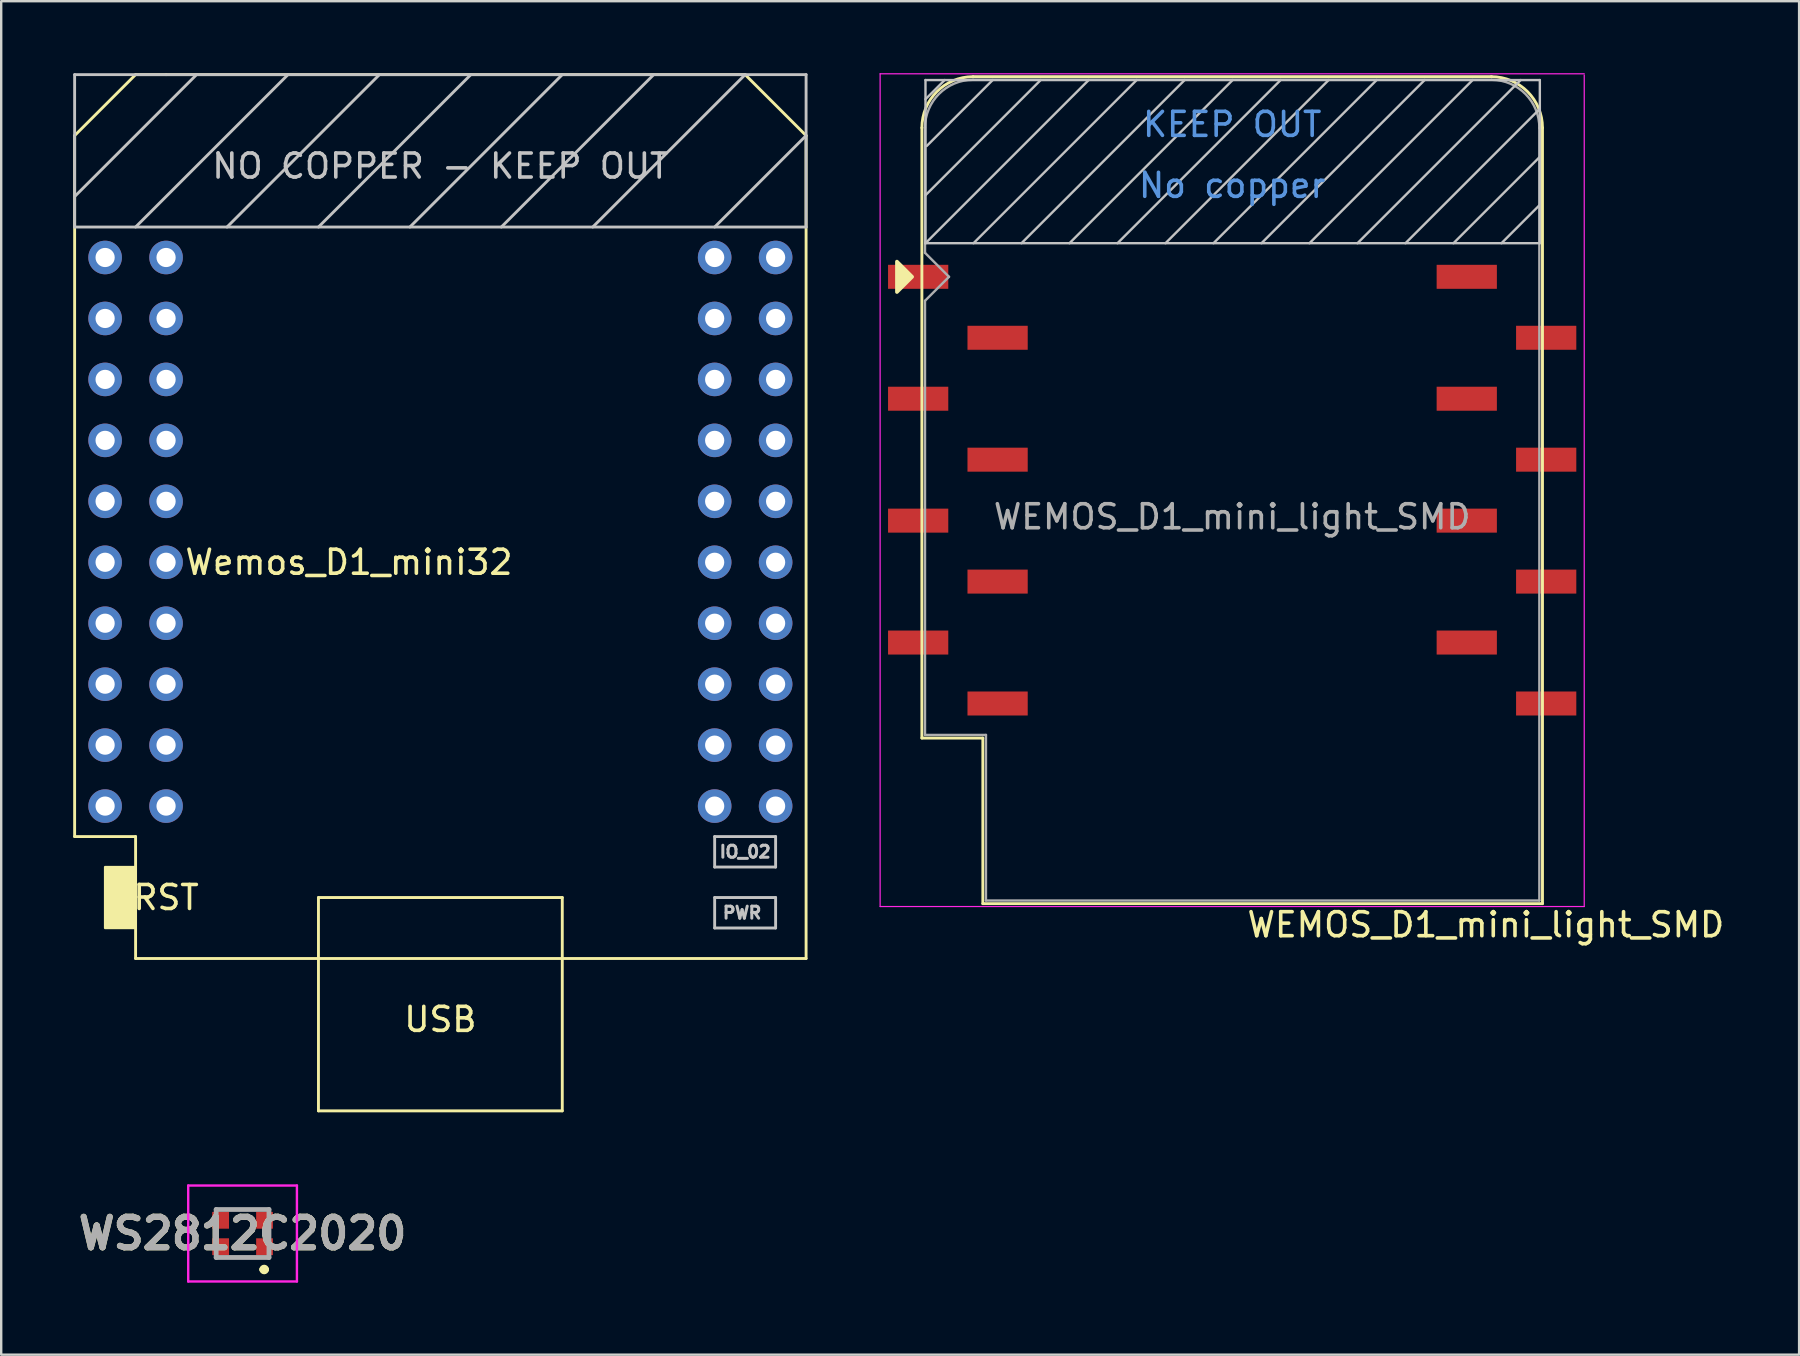
<source format=kicad_pcb>
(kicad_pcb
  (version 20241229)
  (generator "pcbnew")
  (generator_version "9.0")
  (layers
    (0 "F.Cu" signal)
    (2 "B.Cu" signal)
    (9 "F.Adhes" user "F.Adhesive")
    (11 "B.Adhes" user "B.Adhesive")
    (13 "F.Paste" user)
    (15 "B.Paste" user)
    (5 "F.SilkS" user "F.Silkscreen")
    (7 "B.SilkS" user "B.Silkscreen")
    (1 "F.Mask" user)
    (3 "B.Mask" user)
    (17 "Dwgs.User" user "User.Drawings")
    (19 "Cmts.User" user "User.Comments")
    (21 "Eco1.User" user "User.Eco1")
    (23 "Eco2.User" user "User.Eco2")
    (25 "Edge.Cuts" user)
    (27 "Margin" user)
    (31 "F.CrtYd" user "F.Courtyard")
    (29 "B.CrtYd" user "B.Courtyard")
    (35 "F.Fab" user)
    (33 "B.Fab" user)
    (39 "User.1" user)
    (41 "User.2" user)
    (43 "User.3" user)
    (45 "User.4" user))
  (footprint "WEMOS_D1_mini_light_SMD"
    (layer "F.Cu")
    (at 36.865 8.485)
    (property "Reference" "WEMOS_D1_mini_light_SMD" (at 22 27 0) (layer "F.SilkS") (effects (font (size 1 1) (thickness 0.15))))
    (attr through_hole)
    (fp_line (start -1.5 19.22) (end -1.5 -6.21) (stroke (width 0.12) (type solid)) (layer "F.SilkS"))
    (fp_line (start -1.5 19.22) (end 1.04 19.22) (stroke (width 0.12) (type solid)) (layer "F.SilkS"))
    (fp_line (start 1.04 19.22) (end 1.04 26.12) (stroke (width 0.12) (type solid)) (layer "F.SilkS"))
    (fp_line (start 1.04 26.12) (end 24.36 26.12) (stroke (width 0.12) (type solid)) (layer "F.SilkS"))
    (fp_line (start 22.24 -8.34) (end 0.63 -8.34) (stroke (width 0.12) (type solid)) (layer "F.SilkS"))
    (fp_line (start 24.36 26.12) (end 24.36 -6.21) (stroke (width 0.12) (type solid)) (layer "F.SilkS"))
    (fp_arc (start -1.5 -6.21) (mid -0.876137 -7.716137) (end 0.63 -8.34) (stroke (width 0.12) (type solid)) (layer "F.SilkS"))
    (fp_arc (start 22.23 -8.34) (mid 23.736137 -7.716137) (end 24.36 -6.21) (stroke (width 0.12) (type solid)) (layer "F.SilkS"))
    (fp_poly (pts (xy -2.54 -0.635) (xy -2.54 0.635) (xy -1.905 0)) (stroke (width 0.15) (type solid)) (fill yes) (layer "F.SilkS"))
    (fp_line (start -1.35 -8.2) (end -1.35 -1.4) (stroke (width 0.1) (type solid)) (layer "Dwgs.User"))
    (fp_line (start -1.35 -7.4) (end -0.55 -8.2) (stroke (width 0.1) (type solid)) (layer "Dwgs.User"))
    (fp_line (start -1.35 -3.4) (end 3.45 -8.2) (stroke (width 0.1) (type solid)) (layer "Dwgs.User"))
    (fp_line (start -1.35 -1.4) (end 5.45 -8.2) (stroke (width 0.1) (type solid)) (layer "Dwgs.User"))
    (fp_line (start -1.35 -1.4) (end 24.25 -1.4) (stroke (width 0.1) (type solid)) (layer "Dwgs.User"))
    (fp_line (start -1.3 -5.45) (end 1.45 -8.2) (stroke (width 0.1) (type solid)) (layer "Dwgs.User"))
    (fp_line (start 0.65 -1.4) (end 7.45 -8.2) (stroke (width 0.1) (type solid)) (layer "Dwgs.User"))
    (fp_line (start 2.65 -1.4) (end 9.45 -8.2) (stroke (width 0.1) (type solid)) (layer "Dwgs.User"))
    (fp_line (start 4.65 -1.4) (end 11.45 -8.2) (stroke (width 0.1) (type solid)) (layer "Dwgs.User"))
    (fp_line (start 6.65 -1.4) (end 13.45 -8.2) (stroke (width 0.1) (type solid)) (layer "Dwgs.User"))
    (fp_line (start 8.65 -1.4) (end 15.45 -8.2) (stroke (width 0.1) (type solid)) (layer "Dwgs.User"))
    (fp_line (start 10.65 -1.4) (end 17.45 -8.2) (stroke (width 0.1) (type solid)) (layer "Dwgs.User"))
    (fp_line (start 12.65 -1.4) (end 19.45 -8.2) (stroke (width 0.1) (type solid)) (layer "Dwgs.User"))
    (fp_line (start 14.65 -1.4) (end 21.45 -8.2) (stroke (width 0.1) (type solid)) (layer "Dwgs.User"))
    (fp_line (start 16.65 -1.4) (end 23.45 -8.2) (stroke (width 0.1) (type solid)) (layer "Dwgs.User"))
    (fp_line (start 18.65 -1.4) (end 24.25 -7) (stroke (width 0.1) (type solid)) (layer "Dwgs.User"))
    (fp_line (start 20.65 -1.4) (end 24.25 -5) (stroke (width 0.1) (type solid)) (layer "Dwgs.User"))
    (fp_line (start 22.65 -1.4) (end 24.25 -3) (stroke (width 0.1) (type solid)) (layer "Dwgs.User"))
    (fp_line (start 24.25 -8.2) (end -1.35 -8.2) (stroke (width 0.1) (type solid)) (layer "Dwgs.User"))
    (fp_line (start 24.25 -1.4) (end 24.25 -8.2) (stroke (width 0.1) (type solid)) (layer "Dwgs.User"))
    (fp_line (start -3.24 -8.46) (end 26.1 -8.46) (stroke (width 0.05) (type solid)) (layer "F.CrtYd"))
    (fp_line (start -3.24 26.24) (end -3.24 -8.46) (stroke (width 0.05) (type solid)) (layer "F.CrtYd"))
    (fp_line (start 26.1 -8.41) (end 26.1 26.24) (stroke (width 0.05) (type solid)) (layer "F.CrtYd"))
    (fp_line (start 26.1 26.24) (end -3.24 26.24) (stroke (width 0.05) (type solid)) (layer "F.CrtYd"))
    (fp_line (start -1.37 -6.21) (end -1.37 -1) (stroke (width 0.1) (type solid)) (layer "F.Fab"))
    (fp_line (start -1.37 1) (end -1.37 19.09) (stroke (width 0.1) (type solid)) (layer "F.Fab"))
    (fp_line (start -1.37 1) (end -0.37 0) (stroke (width 0.1) (type solid)) (layer "F.Fab"))
    (fp_line (start -1.37 19.09) (end 1.17 19.09) (stroke (width 0.1) (type solid)) (layer "F.Fab"))
    (fp_line (start -0.37 0) (end -1.37 -1) (stroke (width 0.1) (type solid)) (layer "F.Fab"))
    (fp_line (start 1.17 19.09) (end 1.17 25.99) (stroke (width 0.1) (type solid)) (layer "F.Fab"))
    (fp_line (start 1.17 25.99) (end 24.23 25.99) (stroke (width 0.1) (type solid)) (layer "F.Fab"))
    (fp_line (start 22.23 -8.21) (end 0.63 -8.21) (stroke (width 0.1) (type solid)) (layer "F.Fab"))
    (fp_line (start 24.23 25.99) (end 24.23 -6.21) (stroke (width 0.1) (type solid)) (layer "F.Fab"))
    (fp_arc (start -1.37 -6.21) (mid -0.784214 -7.624214) (end 0.63 -8.21) (stroke (width 0.1) (type solid)) (layer "F.Fab"))
    (fp_arc (start 22.25 -8.21) (mid 23.658356 -7.610071) (end 24.23 -6.19) (stroke (width 0.1) (type solid)) (layer "F.Fab"))
    (fp_text user "No copper" (at 11.43 -3.81 0) (layer "Cmts.User") (effects (font (size 1 1) (thickness 0.15))))
    (fp_text user "KEEP OUT" (at 11.43 -6.35 0) (layer "Cmts.User") (effects (font (size 1 1) (thickness 0.15))))
    (fp_text user "${REFERENCE}" (at 11.43 10 0) (layer "F.Fab") (effects (font (size 1 1) (thickness 0.15))))
    (pad "1" smd rect (at -1.655 0) (size 2.51 1) (layers "F.Cu" "F.Mask" "F.Paste"))
    (pad "2" smd rect (at 1.655 2.54) (size 2.51 1) (layers "F.Cu" "F.Mask" "F.Paste"))
    (pad "3" smd rect (at -1.655 5.08) (size 2.51 1) (layers "F.Cu" "F.Mask" "F.Paste"))
    (pad "4" smd rect (at 1.655 7.62) (size 2.51 1) (layers "F.Cu" "F.Mask" "F.Paste"))
    (pad "5" smd rect (at -1.655 10.16) (size 2.51 1) (layers "F.Cu" "F.Mask" "F.Paste"))
    (pad "6" smd rect (at 1.655 12.7) (size 2.51 1) (layers "F.Cu" "F.Mask" "F.Paste"))
    (pad "7" smd rect (at -1.655 15.24) (size 2.51 1) (layers "F.Cu" "F.Mask" "F.Paste"))
    (pad "8" smd rect (at 1.655 17.78) (size 2.51 1) (layers "F.Cu" "F.Mask" "F.Paste"))
    (pad "9" smd rect (at 21.205 0) (size 2.51 1) (layers "F.Cu" "F.Mask" "F.Paste"))
    (pad "10" smd rect (at 24.515 2.54) (size 2.51 1) (layers "F.Cu" "F.Mask" "F.Paste"))
    (pad "11" smd rect (at 21.205 5.08) (size 2.51 1) (layers "F.Cu" "F.Mask" "F.Paste"))
    (pad "12" smd rect (at 24.515 7.62) (size 2.51 1) (layers "F.Cu" "F.Mask" "F.Paste"))
    (pad "13" smd rect (at 21.205 10.16) (size 2.51 1) (layers "F.Cu" "F.Mask" "F.Paste"))
    (pad "14" smd rect (at 24.515 12.7) (size 2.51 1) (layers "F.Cu" "F.Mask" "F.Paste"))
    (pad "15" smd rect (at 21.205 15.24) (size 2.51 1) (layers "F.Cu" "F.Mask" "F.Paste"))
    (pad "16" smd rect (at 24.515 17.78) (size 2.51 1) (layers "F.Cu" "F.Mask" "F.Paste")))
  (footprint "WS2812C2020"
    (layer "F.Cu")
    (at 7.058 48.35)
    (property "Reference" "WS2812C2020" (at 0 0 0) (layer "F.SilkS") (effects (font (size 1.27 1.27) (thickness 0.254))))
    (attr smd)
    (fp_line (start -0.4 -1) (end 0.4 -1) (stroke (width 0.1) (type solid)) (layer "F.SilkS"))
    (fp_line (start -0.4 1) (end 0.4 1) (stroke (width 0.1) (type solid)) (layer "F.SilkS"))
    (fp_line (start 0.8 1.5) (end 0.8 1.5) (stroke (width 0.2) (type solid)) (layer "F.SilkS"))
    (fp_line (start 1 1.5) (end 1 1.5) (stroke (width 0.2) (type solid)) (layer "F.SilkS"))
    (fp_arc (start 0.8 1.5) (mid 0.9 1.4) (end 1 1.5) (stroke (width 0.2) (type solid)) (layer "F.SilkS"))
    (fp_arc (start 1 1.5) (mid 0.9 1.6) (end 0.8 1.5) (stroke (width 0.2) (type solid)) (layer "F.SilkS"))
    (fp_line (start -2.265 -2) (end 2.265 -2) (stroke (width 0.1) (type solid)) (layer "F.CrtYd"))
    (fp_line (start -2.265 2) (end -2.265 -2) (stroke (width 0.1) (type solid)) (layer "F.CrtYd"))
    (fp_line (start 2.265 -2) (end 2.265 2) (stroke (width 0.1) (type solid)) (layer "F.CrtYd"))
    (fp_line (start 2.265 2) (end -2.265 2) (stroke (width 0.1) (type solid)) (layer "F.CrtYd"))
    (fp_line (start -1.1 -1) (end 1.1 -1) (stroke (width 0.2) (type solid)) (layer "F.Fab"))
    (fp_line (start -1.1 1) (end -1.1 -1) (stroke (width 0.2) (type solid)) (layer "F.Fab"))
    (fp_line (start 1.1 -1) (end 1.1 1) (stroke (width 0.2) (type solid)) (layer "F.Fab"))
    (fp_line (start 1.1 1) (end -1.1 1) (stroke (width 0.2) (type solid)) (layer "F.Fab"))
    (fp_text user "${REFERENCE}" (at 0 0 0) (layer "F.Fab") (effects (font (size 1.27 1.27) (thickness 0.254))))
    (pad "1" smd rect (at 0.915 0.55 90) (size 0.7 0.7) (layers "F.Cu" "F.Mask" "F.Paste"))
    (pad "2" smd rect (at 0.915 -0.55 90) (size 0.7 0.7) (layers "F.Cu" "F.Mask" "F.Paste"))
    (pad "3" smd rect (at -0.915 -0.55 90) (size 0.7 0.7) (layers "F.Cu" "F.Mask" "F.Paste"))
    (pad "4" smd rect (at -0.915 0.55 90) (size 0.7 0.7) (layers "F.Cu" "F.Mask" "F.Paste")))
  (footprint "Wemos_D1_mini32"
    (layer "F.Cu")
    (at 15.3 19.11)
    (property "Reference" "Wemos_D1_mini32" (at -3.81 1.27 0) (layer "F.SilkS") (effects (font (size 1 1) (thickness 0.15))))
    (attr through_hole)
    (fp_line (start -15.24 -16.51) (end -15.24 12.7) (stroke (width 0.12) (type solid)) (layer "F.SilkS"))
    (fp_line (start -15.24 12.7) (end -12.7 12.7) (stroke (width 0.12) (type solid)) (layer "F.SilkS"))
    (fp_line (start -12.7 -19.05) (end -15.24 -16.51) (stroke (width 0.12) (type solid)) (layer "F.SilkS"))
    (fp_line (start -12.7 -19.05) (end -11.43 -19.05) (stroke (width 0.12) (type solid)) (layer "F.SilkS"))
    (fp_line (start -12.7 12.7) (end -12.7 17.78) (stroke (width 0.12) (type solid)) (layer "F.SilkS"))
    (fp_line (start -12.7 17.78) (end 15.24 17.78) (stroke (width 0.12) (type solid)) (layer "F.SilkS"))
    (fp_line (start -5.08 15.24) (end 5.08 15.24) (stroke (width 0.12) (type solid)) (layer "F.SilkS"))
    (fp_line (start -5.08 17.78) (end -5.08 15.24) (stroke (width 0.12) (type solid)) (layer "F.SilkS"))
    (fp_line (start -5.08 17.78) (end -5.08 24.13) (stroke (width 0.12) (type solid)) (layer "F.SilkS"))
    (fp_line (start -5.08 24.13) (end 5.08 24.13) (stroke (width 0.12) (type solid)) (layer "F.SilkS"))
    (fp_line (start 5.08 15.24) (end 5.08 17.78) (stroke (width 0.12) (type solid)) (layer "F.SilkS"))
    (fp_line (start 5.08 24.13) (end 5.08 17.78) (stroke (width 0.12) (type solid)) (layer "F.SilkS"))
    (fp_line (start 12.7 -19.05) (end -11.43 -19.05) (stroke (width 0.12) (type solid)) (layer "F.SilkS"))
    (fp_line (start 12.7 -19.05) (end 15.24 -16.51) (stroke (width 0.12) (type solid)) (layer "F.SilkS"))
    (fp_line (start 15.24 -16.51) (end 15.24 17.78) (stroke (width 0.12) (type solid)) (layer "F.SilkS"))
    (fp_poly (pts (xy -13.97 16.51) (xy -13.97 13.97) (xy -12.7 13.97) (xy -12.7 16.51)) (stroke (width 0.1) (type solid)) (fill yes) (layer "F.SilkS"))
    (fp_line (start -15.24 -19.05) (end -15.24 -12.7) (stroke (width 0.12) (type solid)) (layer "Dwgs.User"))
    (fp_line (start -15.24 -12.7) (end 15.24 -12.7) (stroke (width 0.12) (type solid)) (layer "Dwgs.User"))
    (fp_line (start -10.16 -19.05) (end -15.24 -13.97) (stroke (width 0.12) (type solid)) (layer "Dwgs.User"))
    (fp_line (start -6.35 -19.05) (end -12.7 -12.7) (stroke (width 0.12) (type solid)) (layer "Dwgs.User"))
    (fp_line (start -2.54 -19.05) (end -8.89 -12.7) (stroke (width 0.12) (type solid)) (layer "Dwgs.User"))
    (fp_line (start 1.27 -19.05) (end -5.08 -12.7) (stroke (width 0.12) (type solid)) (layer "Dwgs.User"))
    (fp_line (start 5.08 -19.05) (end -1.27 -12.7) (stroke (width 0.12) (type solid)) (layer "Dwgs.User"))
    (fp_line (start 8.89 -19.05) (end 2.54 -12.7) (stroke (width 0.12) (type solid)) (layer "Dwgs.User"))
    (fp_line (start 11.43 12.7) (end 11.43 13.97) (stroke (width 0.12) (type solid)) (layer "Dwgs.User"))
    (fp_line (start 11.43 13.97) (end 13.97 13.97) (stroke (width 0.12) (type solid)) (layer "Dwgs.User"))
    (fp_line (start 11.43 15.24) (end 13.97 15.24) (stroke (width 0.12) (type solid)) (layer "Dwgs.User"))
    (fp_line (start 11.43 16.51) (end 11.43 15.24) (stroke (width 0.12) (type solid)) (layer "Dwgs.User"))
    (fp_line (start 12.7 -19.05) (end 6.35 -12.7) (stroke (width 0.12) (type solid)) (layer "Dwgs.User"))
    (fp_line (start 13.97 12.7) (end 11.43 12.7) (stroke (width 0.12) (type solid)) (layer "Dwgs.User"))
    (fp_line (start 13.97 13.97) (end 13.97 12.7) (stroke (width 0.12) (type solid)) (layer "Dwgs.User"))
    (fp_line (start 13.97 15.24) (end 13.97 16.51) (stroke (width 0.12) (type solid)) (layer "Dwgs.User"))
    (fp_line (start 13.97 16.51) (end 11.43 16.51) (stroke (width 0.12) (type solid)) (layer "Dwgs.User"))
    (fp_line (start 15.24 -19.05) (end -15.24 -19.05) (stroke (width 0.12) (type solid)) (layer "Dwgs.User"))
    (fp_line (start 15.24 -16.51) (end 11.43 -12.7) (stroke (width 0.12) (type solid)) (layer "Dwgs.User"))
    (fp_line (start 15.24 -12.7) (end 15.24 -19.05) (stroke (width 0.12) (type solid)) (layer "Dwgs.User"))
    (fp_text user "RST" (at -11.43 15.24 0) (layer "F.SilkS") (effects (font (size 1 1) (thickness 0.15))))
    (fp_text user "USB" (at 0 20.32 0) (layer "F.SilkS") (effects (font (size 1 1) (thickness 0.15))))
    (fp_text user "NO COPPER - KEEP OUT" (at 0 -15.24 0) (layer "Dwgs.User") (effects (font (size 1 1) (thickness 0.15))))
    (fp_text user "IO_02" (at 12.7 13.335 0) (layer "Dwgs.User") (effects (font (size 0.5 0.5) (thickness 0.125))))
    (fp_text user "PWR" (at 12.573 15.875 0) (layer "Dwgs.User") (effects (font (size 0.5 0.5) (thickness 0.125))))
    (pad "1" thru_hole circle (at -13.97 -11.43 270) (size 1.4 1.4) (drill 0.8) (layers "*.Cu" "*.Mask"))
    (pad "2" thru_hole circle (at -11.43 -11.43 270) (size 1.4 1.4) (drill 0.8) (layers "*.Cu" "*.Mask"))
    (pad "3" thru_hole circle (at -13.97 -8.89 270) (size 1.4 1.4) (drill 0.8) (layers "*.Cu" "*.Mask"))
    (pad "4" thru_hole circle (at -11.43 -8.89 270) (size 1.4 1.4) (drill 0.8) (layers "*.Cu" "*.Mask"))
    (pad "5" thru_hole circle (at -13.97 -6.35 270) (size 1.4 1.4) (drill 0.8) (layers "*.Cu" "*.Mask"))
    (pad "6" thru_hole circle (at -11.43 -6.35 270) (size 1.4 1.4) (drill 0.8) (layers "*.Cu" "*.Mask"))
    (pad "7" thru_hole circle (at -13.97 -3.81 270) (size 1.4 1.4) (drill 0.8) (layers "*.Cu" "*.Mask"))
    (pad "8" thru_hole circle (at -11.43 -3.81 270) (size 1.4 1.4) (drill 0.8) (layers "*.Cu" "*.Mask"))
    (pad "9" thru_hole circle (at -13.97 -1.27 270) (size 1.4 1.4) (drill 0.8) (layers "*.Cu" "*.Mask"))
    (pad "10" thru_hole circle (at -11.43 -1.27 270) (size 1.4 1.4) (drill 0.8) (layers "*.Cu" "*.Mask"))
    (pad "11" thru_hole circle (at -13.97 1.27 270) (size 1.4 1.4) (drill 0.8) (layers "*.Cu" "*.Mask"))
    (pad "12" thru_hole circle (at -11.43 1.27 270) (size 1.4 1.4) (drill 0.8) (layers "*.Cu" "*.Mask"))
    (pad "13" thru_hole circle (at -13.97 3.81 270) (size 1.4 1.4) (drill 0.8) (layers "*.Cu" "*.Mask"))
    (pad "14" thru_hole circle (at -11.43 3.81 270) (size 1.4 1.4) (drill 0.8) (layers "*.Cu" "*.Mask"))
    (pad "15" thru_hole circle (at -13.97 6.35 270) (size 1.4 1.4) (drill 0.8) (layers "*.Cu" "*.Mask"))
    (pad "16" thru_hole circle (at -11.43 6.35 270) (size 1.4 1.4) (drill 0.8) (layers "*.Cu" "*.Mask"))
    (pad "17" thru_hole circle (at -13.97 8.89 270) (size 1.4 1.4) (drill 0.8) (layers "*.Cu" "*.Mask"))
    (pad "18" thru_hole circle (at -11.43 8.89 270) (size 1.4 1.4) (drill 0.8) (layers "*.Cu" "*.Mask"))
    (pad "19" thru_hole circle (at -13.97 11.43 270) (size 1.4 1.4) (drill 0.8) (layers "*.Cu" "*.Mask"))
    (pad "20" thru_hole circle (at -11.43 11.43 270) (size 1.4 1.4) (drill 0.8) (layers "*.Cu" "*.Mask"))
    (pad "21" thru_hole circle (at 11.43 -11.43 270) (size 1.4 1.4) (drill 0.8) (layers "*.Cu" "*.Mask"))
    (pad "22" thru_hole circle (at 13.97 -11.43 270) (size 1.4 1.4) (drill 0.8) (layers "*.Cu" "*.Mask"))
    (pad "23" thru_hole circle (at 11.43 -8.89 270) (size 1.4 1.4) (drill 0.8) (layers "*.Cu" "*.Mask"))
    (pad "24" thru_hole circle (at 13.97 -8.89 270) (size 1.4 1.4) (drill 0.8) (layers "*.Cu" "*.Mask"))
    (pad "25" thru_hole circle (at 11.43 -6.35 270) (size 1.4 1.4) (drill 0.8) (layers "*.Cu" "*.Mask"))
    (pad "26" thru_hole circle (at 13.97 -6.35 270) (size 1.4 1.4) (drill 0.8) (layers "*.Cu" "*.Mask"))
    (pad "27" thru_hole circle (at 11.43 -3.81 270) (size 1.4 1.4) (drill 0.8) (layers "*.Cu" "*.Mask"))
    (pad "28" thru_hole circle (at 13.97 -3.81 270) (size 1.4 1.4) (drill 0.8) (layers "*.Cu" "*.Mask"))
    (pad "29" thru_hole circle (at 11.43 -1.27 270) (size 1.4 1.4) (drill 0.8) (layers "*.Cu" "*.Mask"))
    (pad "30" thru_hole circle (at 13.97 -1.27 270) (size 1.4 1.4) (drill 0.8) (layers "*.Cu" "*.Mask"))
    (pad "31" thru_hole circle (at 11.43 1.27 270) (size 1.4 1.4) (drill 0.8) (layers "*.Cu" "*.Mask"))
    (pad "32" thru_hole circle (at 13.97 1.27 270) (size 1.4 1.4) (drill 0.8) (layers "*.Cu" "*.Mask"))
    (pad "33" thru_hole circle (at 11.43 3.81 270) (size 1.4 1.4) (drill 0.8) (layers "*.Cu" "*.Mask"))
    (pad "34" thru_hole circle (at 13.97 3.81 270) (size 1.4 1.4) (drill 0.8) (layers "*.Cu" "*.Mask"))
    (pad "35" thru_hole circle (at 11.43 6.35 270) (size 1.4 1.4) (drill 0.8) (layers "*.Cu" "*.Mask"))
    (pad "36" thru_hole circle (at 13.97 6.35 270) (size 1.4 1.4) (drill 0.8) (layers "*.Cu" "*.Mask"))
    (pad "37" thru_hole circle (at 11.43 8.89 270) (size 1.4 1.4) (drill 0.8) (layers "*.Cu" "*.Mask"))
    (pad "38" thru_hole circle (at 13.97 8.89 270) (size 1.4 1.4) (drill 0.8) (layers "*.Cu" "*.Mask"))
    (pad "39" thru_hole circle (at 11.43 11.43 270) (size 1.4 1.4) (drill 0.8) (layers "*.Cu" "*.Mask"))
    (pad "40" thru_hole circle (at 13.97 11.43 270) (size 1.4 1.4) (drill 0.8) (layers "*.Cu" "*.Mask")))
  (gr_rect
    (start -3 -3)
    (end 71.919 53.4)
    (stroke (width 0.1) (type default))
    (fill no)
    (layer "Edge.Cuts")))
</source>
